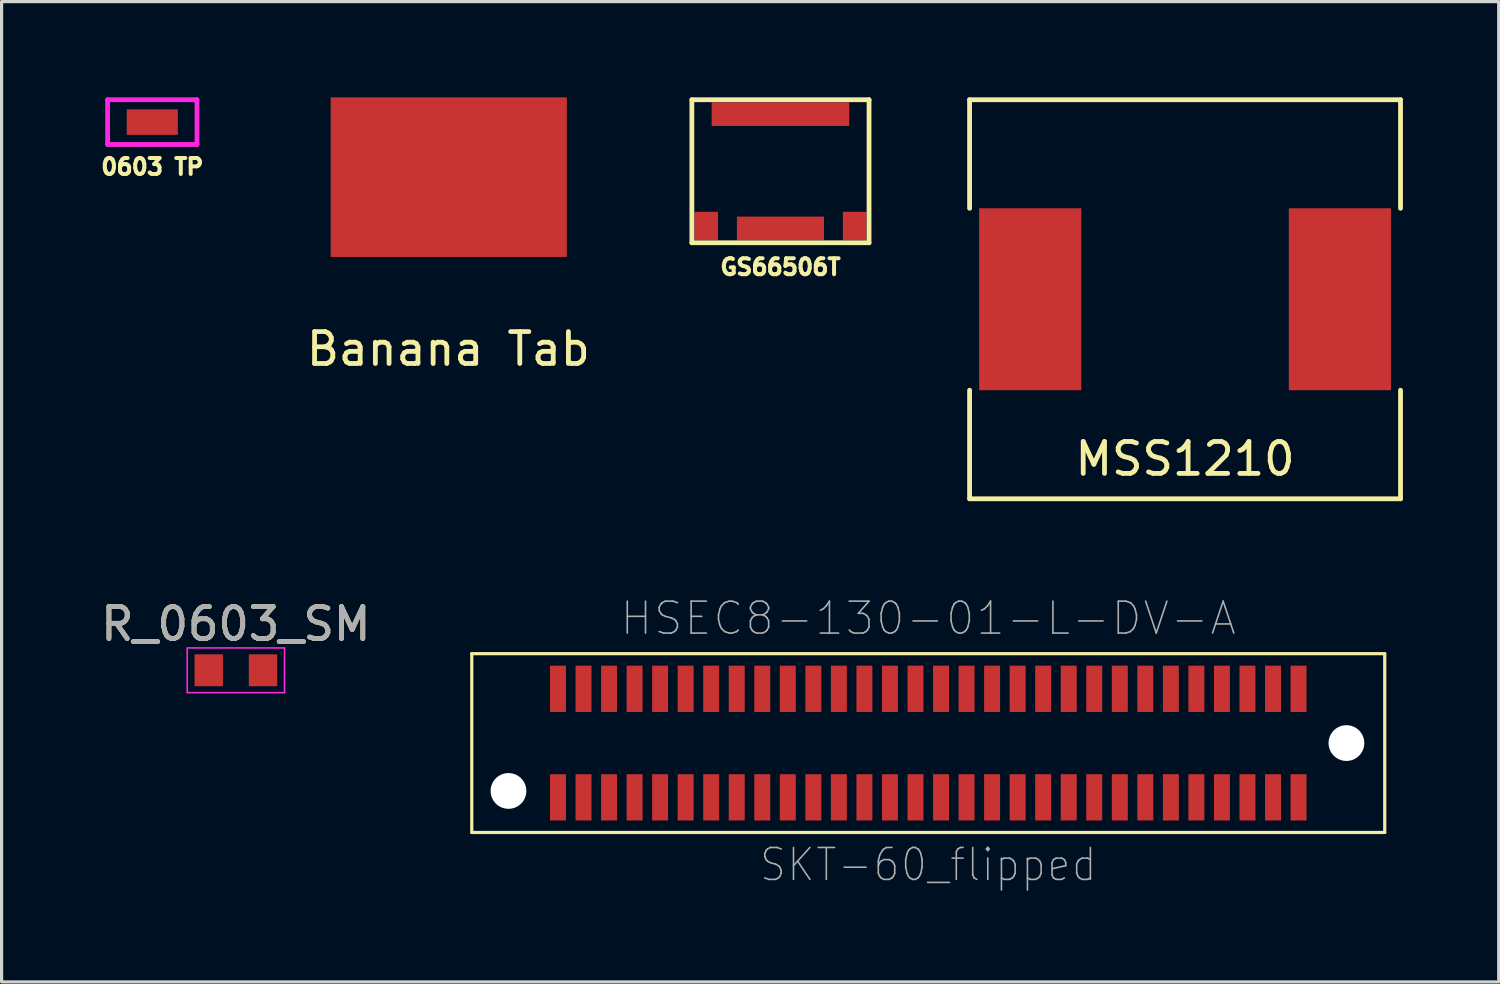
<source format=kicad_pcb>
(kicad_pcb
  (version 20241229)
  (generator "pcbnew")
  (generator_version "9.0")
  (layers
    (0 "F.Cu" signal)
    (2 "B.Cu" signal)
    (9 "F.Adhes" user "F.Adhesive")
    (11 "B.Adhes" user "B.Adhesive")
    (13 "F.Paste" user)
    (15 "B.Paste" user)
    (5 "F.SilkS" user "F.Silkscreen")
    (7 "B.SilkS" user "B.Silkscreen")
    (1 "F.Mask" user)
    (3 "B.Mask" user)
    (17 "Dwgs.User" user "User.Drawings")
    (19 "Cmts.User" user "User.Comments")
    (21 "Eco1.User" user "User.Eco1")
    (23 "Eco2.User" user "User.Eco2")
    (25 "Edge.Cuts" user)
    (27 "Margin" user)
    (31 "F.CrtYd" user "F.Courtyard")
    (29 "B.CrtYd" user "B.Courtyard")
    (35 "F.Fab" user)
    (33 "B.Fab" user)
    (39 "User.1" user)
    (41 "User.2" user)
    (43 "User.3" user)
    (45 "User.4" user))
  (footprint "SKT-60_flipped"
    (layer "F.Cu")
    (at 26.029 20.228)
    (property "Reference" "SKT-60_flipped" (at 0 3.81 0) (layer "F.Fab") (effects (font (size 1 0.9) (thickness 0.05))))
    (attr smd)
    (fp_line (start -11.7 -1.1) (end -11.7 -2.3) (stroke (width 0.1) (type solid)) (layer "F.Cu"))
    (fp_line (start -14.3 -2.8) (end -14.3 2.8) (stroke (width 0.1) (type solid)) (layer "F.SilkS"))
    (fp_line (start -14.3 2.8) (end 14.3 2.8) (stroke (width 0.1) (type solid)) (layer "F.SilkS"))
    (fp_line (start 14.3 -2.8) (end -14.3 -2.8) (stroke (width 0.1) (type solid)) (layer "F.SilkS"))
    (fp_line (start 14.3 2.8) (end 14.3 -2.8) (stroke (width 0.1) (type solid)) (layer "F.SilkS"))
    (fp_text user "HSEC8-130-01-L-DV-A" (at 0 -3.906 0) (layer "F.Fab") (effects (font (size 1 1) (thickness 0.05))))
    (pad "" np_thru_hole circle (at -13.15 1.5) (size 1.12 1.12) (drill 1.12) (layers "*.Cu" "*.Mask"))
    (pad "" np_thru_hole circle (at 13.1 0) (size 1.12 1.12) (drill 1.12) (layers "*.Cu" "*.Mask"))
    (pad "1" smd rect (at -11.6 1.7 180) (size 0.5 1.45) (layers "F.Cu" "F.Mask" "F.Paste"))
    (pad "2" smd rect (at -11.6 -1.7 180) (size 0.5 1.45) (layers "F.Cu" "F.Mask" "F.Paste"))
    (pad "3" smd rect (at -10.8 1.7 180) (size 0.5 1.45) (layers "F.Cu" "F.Mask" "F.Paste"))
    (pad "4" smd rect (at -10.8 -1.7 180) (size 0.5 1.45) (layers "F.Cu" "F.Mask" "F.Paste"))
    (pad "5" smd rect (at -10 1.7 180) (size 0.5 1.45) (layers "F.Cu" "F.Mask" "F.Paste"))
    (pad "6" smd rect (at -10 -1.7 180) (size 0.5 1.45) (layers "F.Cu" "F.Mask" "F.Paste"))
    (pad "7" smd rect (at -9.2 1.7 180) (size 0.5 1.45) (layers "F.Cu" "F.Mask" "F.Paste"))
    (pad "8" smd rect (at -9.2 -1.7 180) (size 0.5 1.45) (layers "F.Cu" "F.Mask" "F.Paste"))
    (pad "9" smd rect (at -8.4 1.7 180) (size 0.5 1.45) (layers "F.Cu" "F.Mask" "F.Paste"))
    (pad "10" smd rect (at -8.4 -1.7 180) (size 0.5 1.45) (layers "F.Cu" "F.Mask" "F.Paste"))
    (pad "11" smd rect (at -7.6 1.7 180) (size 0.5 1.45) (layers "F.Cu" "F.Mask" "F.Paste"))
    (pad "12" smd rect (at -7.6 -1.7 180) (size 0.5 1.45) (layers "F.Cu" "F.Mask" "F.Paste"))
    (pad "13" smd rect (at -6.8 1.7 180) (size 0.5 1.45) (layers "F.Cu" "F.Mask" "F.Paste"))
    (pad "14" smd rect (at -6.8 -1.7 180) (size 0.5 1.45) (layers "F.Cu" "F.Mask" "F.Paste"))
    (pad "15" smd rect (at -6 1.7 180) (size 0.5 1.45) (layers "F.Cu" "F.Mask" "F.Paste"))
    (pad "16" smd rect (at -6 -1.7 180) (size 0.5 1.45) (layers "F.Cu" "F.Mask" "F.Paste"))
    (pad "17" smd rect (at -5.2 1.7 180) (size 0.5 1.45) (layers "F.Cu" "F.Mask" "F.Paste"))
    (pad "18" smd rect (at -5.2 -1.7 180) (size 0.5 1.45) (layers "F.Cu" "F.Mask" "F.Paste"))
    (pad "19" smd rect (at -4.4 1.7 180) (size 0.5 1.45) (layers "F.Cu" "F.Mask" "F.Paste"))
    (pad "20" smd rect (at -4.4 -1.7 180) (size 0.5 1.45) (layers "F.Cu" "F.Mask" "F.Paste"))
    (pad "21" smd rect (at -3.6 1.7 180) (size 0.5 1.45) (layers "F.Cu" "F.Mask" "F.Paste"))
    (pad "22" smd rect (at -3.6 -1.7 180) (size 0.5 1.45) (layers "F.Cu" "F.Mask" "F.Paste"))
    (pad "23" smd rect (at -2.8 1.7 180) (size 0.5 1.45) (layers "F.Cu" "F.Mask" "F.Paste"))
    (pad "24" smd rect (at -2.8 -1.7 180) (size 0.5 1.45) (layers "F.Cu" "F.Mask" "F.Paste"))
    (pad "25" smd rect (at -2 1.7 180) (size 0.5 1.45) (layers "F.Cu" "F.Mask" "F.Paste"))
    (pad "26" smd rect (at -2 -1.7 180) (size 0.5 1.45) (layers "F.Cu" "F.Mask" "F.Paste"))
    (pad "27" smd rect (at -1.2 1.7 180) (size 0.5 1.45) (layers "F.Cu" "F.Mask" "F.Paste"))
    (pad "28" smd rect (at -1.2 -1.7 180) (size 0.5 1.45) (layers "F.Cu" "F.Mask" "F.Paste"))
    (pad "29" smd rect (at -0.4 1.7 180) (size 0.5 1.45) (layers "F.Cu" "F.Mask" "F.Paste"))
    (pad "30" smd rect (at -0.4 -1.7 180) (size 0.5 1.45) (layers "F.Cu" "F.Mask" "F.Paste"))
    (pad "31" smd rect (at 0.4 1.7 180) (size 0.5 1.45) (layers "F.Cu" "F.Mask" "F.Paste"))
    (pad "32" smd rect (at 0.4 -1.7 180) (size 0.5 1.45) (layers "F.Cu" "F.Mask" "F.Paste"))
    (pad "33" smd rect (at 1.2 1.7 180) (size 0.5 1.45) (layers "F.Cu" "F.Mask" "F.Paste"))
    (pad "34" smd rect (at 1.2 -1.7 180) (size 0.5 1.45) (layers "F.Cu" "F.Mask" "F.Paste"))
    (pad "35" smd rect (at 2 1.7 180) (size 0.5 1.45) (layers "F.Cu" "F.Mask" "F.Paste"))
    (pad "36" smd rect (at 2 -1.7 180) (size 0.5 1.45) (layers "F.Cu" "F.Mask" "F.Paste"))
    (pad "37" smd rect (at 2.8 1.7 180) (size 0.5 1.45) (layers "F.Cu" "F.Mask" "F.Paste"))
    (pad "38" smd rect (at 2.8 -1.7 180) (size 0.5 1.45) (layers "F.Cu" "F.Mask" "F.Paste"))
    (pad "39" smd rect (at 3.6 1.7 180) (size 0.5 1.45) (layers "F.Cu" "F.Mask" "F.Paste"))
    (pad "40" smd rect (at 3.6 -1.7 180) (size 0.5 1.45) (layers "F.Cu" "F.Mask" "F.Paste"))
    (pad "41" smd rect (at 4.4 1.7 180) (size 0.5 1.45) (layers "F.Cu" "F.Mask" "F.Paste"))
    (pad "42" smd rect (at 4.4 -1.7 180) (size 0.5 1.45) (layers "F.Cu" "F.Mask" "F.Paste"))
    (pad "43" smd rect (at 5.2 1.7 180) (size 0.5 1.45) (layers "F.Cu" "F.Mask" "F.Paste"))
    (pad "44" smd rect (at 5.2 -1.7 180) (size 0.5 1.45) (layers "F.Cu" "F.Mask" "F.Paste"))
    (pad "45" smd rect (at 6 1.7 180) (size 0.5 1.45) (layers "F.Cu" "F.Mask" "F.Paste"))
    (pad "46" smd rect (at 6 -1.7 180) (size 0.5 1.45) (layers "F.Cu" "F.Mask" "F.Paste"))
    (pad "47" smd rect (at 6.8 1.7 180) (size 0.5 1.45) (layers "F.Cu" "F.Mask" "F.Paste"))
    (pad "48" smd rect (at 6.8 -1.7 180) (size 0.5 1.45) (layers "F.Cu" "F.Mask" "F.Paste"))
    (pad "49" smd rect (at 7.6 1.7 180) (size 0.5 1.45) (layers "F.Cu" "F.Mask" "F.Paste"))
    (pad "50" smd rect (at 7.6 -1.7 180) (size 0.5 1.45) (layers "F.Cu" "F.Mask" "F.Paste"))
    (pad "51" smd rect (at 8.4 1.7 180) (size 0.5 1.45) (layers "F.Cu" "F.Mask" "F.Paste"))
    (pad "52" smd rect (at 8.4 -1.7 180) (size 0.5 1.45) (layers "F.Cu" "F.Mask" "F.Paste"))
    (pad "53" smd rect (at 9.2 1.7 180) (size 0.5 1.45) (layers "F.Cu" "F.Mask" "F.Paste"))
    (pad "54" smd rect (at 9.2 -1.7 180) (size 0.5 1.45) (layers "F.Cu" "F.Mask" "F.Paste"))
    (pad "55" smd rect (at 10 1.7 180) (size 0.5 1.45) (layers "F.Cu" "F.Mask" "F.Paste"))
    (pad "56" smd rect (at 10 -1.7 180) (size 0.5 1.45) (layers "F.Cu" "F.Mask" "F.Paste"))
    (pad "57" smd rect (at 10.8 1.7 180) (size 0.5 1.45) (layers "F.Cu" "F.Mask" "F.Paste"))
    (pad "58" smd rect (at 10.8 -1.7 180) (size 0.5 1.45) (layers "F.Cu" "F.Mask" "F.Paste"))
    (pad "59" smd rect (at 11.6 1.7 180) (size 0.5 1.45) (layers "F.Cu" "F.Mask" "F.Paste"))
    (pad "60" smd rect (at 11.6 -1.7 180) (size 0.5 1.45) (layers "F.Cu" "F.Mask" "F.Paste")))
  (footprint "Banana Tab"
    (layer "F.Cu")
    (at 11.008 2.5)
    (property "Reference" "Banana Tab" (at -0.013 5.382 0) (layer "F.SilkS") (effects (font (size 1 1) (thickness 0.15))))
    (attr through_hole)
    (pad "1" smd rect (at 0 0) (size 7.4 5) (layers "F.Cu" "F.Mask" "F.Paste")))
  (footprint "R_0603_SM"
    (layer "F.Cu")
    (at 4.339 17.948)
    (property "Reference" "R_0603_SM" (at 0 -1.45 0) (layer "F.SilkS") (effects (font (size 1 1) (thickness 0.15))))
    (attr smd)
    (fp_line (start -1.524 -0.7) (end -1.524 0.7) (stroke (width 0.05) (type solid)) (layer "F.CrtYd"))
    (fp_line (start -1.524 -0.7) (end 1.524 -0.7) (stroke (width 0.05) (type solid)) (layer "F.CrtYd"))
    (fp_line (start 1.524 0.7) (end -1.524 0.7) (stroke (width 0.05) (type solid)) (layer "F.CrtYd"))
    (fp_line (start 1.524 0.7) (end 1.524 -0.7) (stroke (width 0.05) (type solid)) (layer "F.CrtYd"))
    (fp_text user "${REFERENCE}" (at 0 -1.45 0) (layer "F.Fab") (effects (font (size 1 1) (thickness 0.15))))
    (pad "1" smd rect (at -0.85 0) (size 0.889 1) (layers "F.Cu" "F.Mask" "F.Paste"))
    (pad "2" smd rect (at 0.85 0) (size 0.889 1) (layers "F.Cu" "F.Mask" "F.Paste")))
  (footprint "0603 TP"
    (layer "F.Cu")
    (at 1.721 0.775)
    (property "Reference" "0603 TP" (at 0 1.4 0) (layer "F.SilkS") (effects (font (size 0.5 0.5) (thickness 0.125))))
    (attr through_hole)
    (fp_line (start -1.4 -0.7) (end -1.4 0.7) (stroke (width 0.15) (type solid)) (layer "F.CrtYd"))
    (fp_line (start -1.4 -0.7) (end 1.4 -0.7) (stroke (width 0.15) (type solid)) (layer "F.CrtYd"))
    (fp_line (start -1.4 0.7) (end 1.4 0.7) (stroke (width 0.15) (type solid)) (layer "F.CrtYd"))
    (fp_line (start 1.4 -0.7) (end 1.4 0.7) (stroke (width 0.15) (type solid)) (layer "F.CrtYd"))
    (pad "1" smd rect (at 0 0) (size 1.6 0.8) (layers "F.Cu" "F.Mask" "F.Paste")))
  (footprint "MSS1210"
    (layer "F.Cu")
    (at 34.074 6.325)
    (property "Reference" "MSS1210" (at 0 5 0) (layer "F.SilkS") (effects (font (size 1 1) (thickness 0.15))))
    (attr through_hole)
    (fp_line (start -6.75 -6.25) (end -6.75 -2.85) (stroke (width 0.15) (type solid)) (layer "F.SilkS"))
    (fp_line (start -6.75 -6.25) (end 6.75 -6.25) (stroke (width 0.15) (type solid)) (layer "F.SilkS"))
    (fp_line (start -6.75 2.85) (end -6.75 6.25) (stroke (width 0.15) (type solid)) (layer "F.SilkS"))
    (fp_line (start -6.75 6.25) (end 6.75 6.25) (stroke (width 0.15) (type solid)) (layer "F.SilkS"))
    (fp_line (start 6.75 -6.25) (end 6.75 -2.85) (stroke (width 0.15) (type solid)) (layer "F.SilkS"))
    (fp_line (start 6.75 2.85) (end 6.75 6.25) (stroke (width 0.15) (type solid)) (layer "F.SilkS"))
    (pad "1" smd rect (at -4.85 0) (size 3.2 5.7) (layers "F.Cu" "F.Mask" "F.Paste"))
    (pad "2" smd rect (at 4.85 0) (size 3.2 5.7) (layers "F.Cu" "F.Mask" "F.Paste")))
  (footprint "GS66506T"
    (layer "F.Cu")
    (at 21.399 2.315)
    (property "Reference" "GS66506T" (at 0 3 0) (layer "F.SilkS") (effects (font (size 0.5 0.5) (thickness 0.125))))
    (attr through_hole)
    (fp_line (start -2.775 -2.24) (end -2.775 2.24) (stroke (width 0.15) (type solid)) (layer "F.SilkS"))
    (fp_line (start -2.775 -2.24) (end 2.775 -2.24) (stroke (width 0.15) (type solid)) (layer "F.SilkS"))
    (fp_line (start -2.775 2.24) (end 2.775 2.24) (stroke (width 0.15) (type solid)) (layer "F.SilkS"))
    (fp_line (start 2.775 -2.24) (end 2.775 2.24) (stroke (width 0.15) (type solid)) (layer "F.SilkS"))
    (pad "D" smd rect (at 0 -1.79) (size 4.31 0.74) (layers "F.Cu" "F.Mask" "F.Paste"))
    (pad "G" smd rect (at -2.325 1.715) (size 0.74 0.89) (layers "F.Cu" "F.Mask" "F.Paste"))
    (pad "G" smd rect (at 2.325 1.715) (size 0.74 0.89) (layers "F.Cu" "F.Mask" "F.Paste"))
    (pad "S" smd rect (at 0 1.79) (size 2.73 0.74) (layers "F.Cu" "F.Mask" "F.Paste")))
  (gr_rect
    (start -3 -3)
    (end 43.899 27.711)
    (stroke (width 0.1) (type default))
    (fill no)
    (layer "Edge.Cuts")))
</source>
